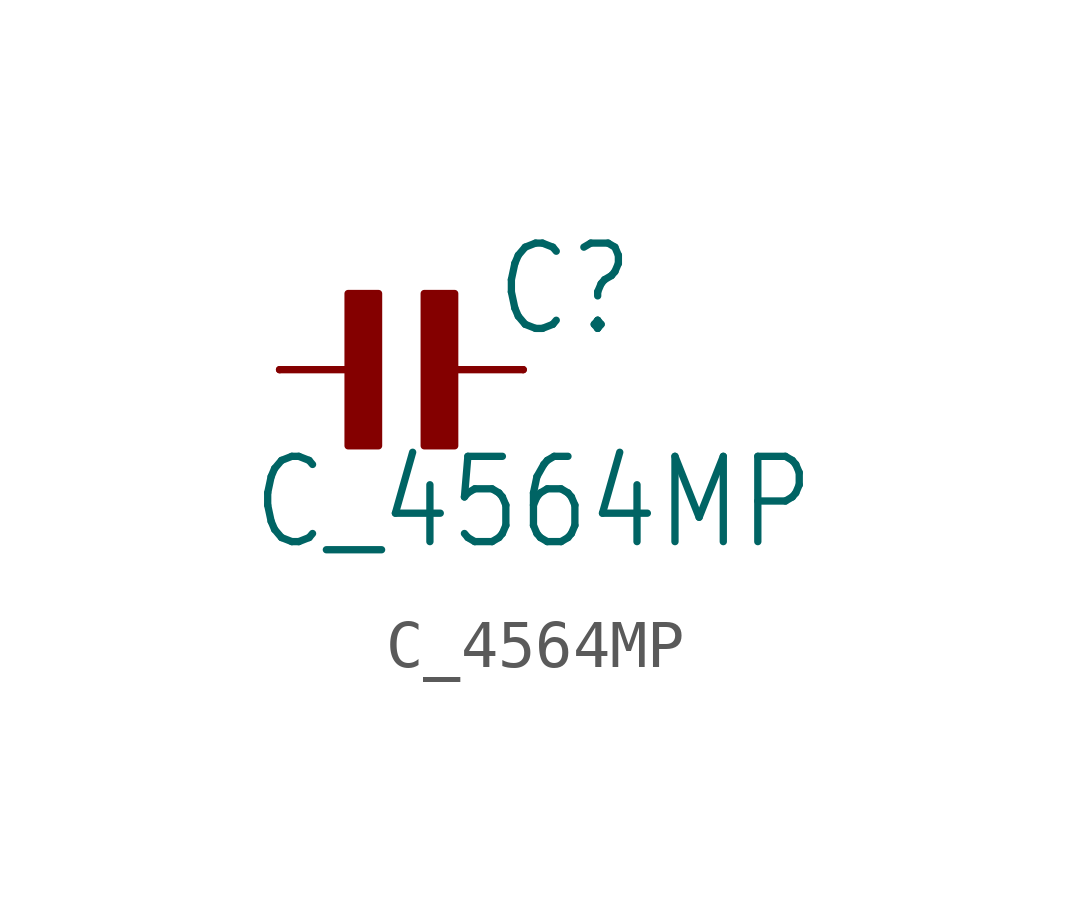
<source format=kicad_sym>
(kicad_symbol_lib
  (version 20211014)
  (generator kicad_symbol_editor)
  (symbol "C_4564MP"
    (property "Reference" "C"
      (at 1.905 0.635 0)
      (effects (font (size 1.778 1.511)) (justify left bottom)))
    (property "Value" "C_4564MP"
      (at -3.175 -3.81 0)
      (effects (font (size 1.778 1.511)) (justify left bottom)))
    (property "ki_locked" ""
      (at 0 0 0)
      (effects (font (size 1.27 1.27))))
    (symbol "C_4564MP_1_0"
      (rectangle (start -1.111 -1.587) (end -0.476 1.587) (stroke (width 0) (type default) (color 0 0 0 0)) (fill (type outline)))
      (polyline (pts (xy -2.54 0) (xy -0.635 0)) (stroke (width 0.152) (type default) (color 0 0 0 0)) (fill (type none)))
      (polyline (pts (xy 2.54 0) (xy 0.635 0)) (stroke (width 0.152) (type default) (color 0 0 0 0)) (fill (type none)))
      (rectangle (start 0.476 -1.587) (end 1.111 1.587) (stroke (width 0) (type default) (color 0 0 0 0)) (fill (type outline)))
      (pin passive line (at -2.54 0 0) (length 0) (name "1" (effects (font (size 0 0)))) (number "1" (effects (font (size 0 0)))))
      (pin passive line (at 2.54 0 180) (length 0) (name "2" (effects (font (size 0 0)))) (number "2" (effects (font (size 0 0))))))))
</source>
